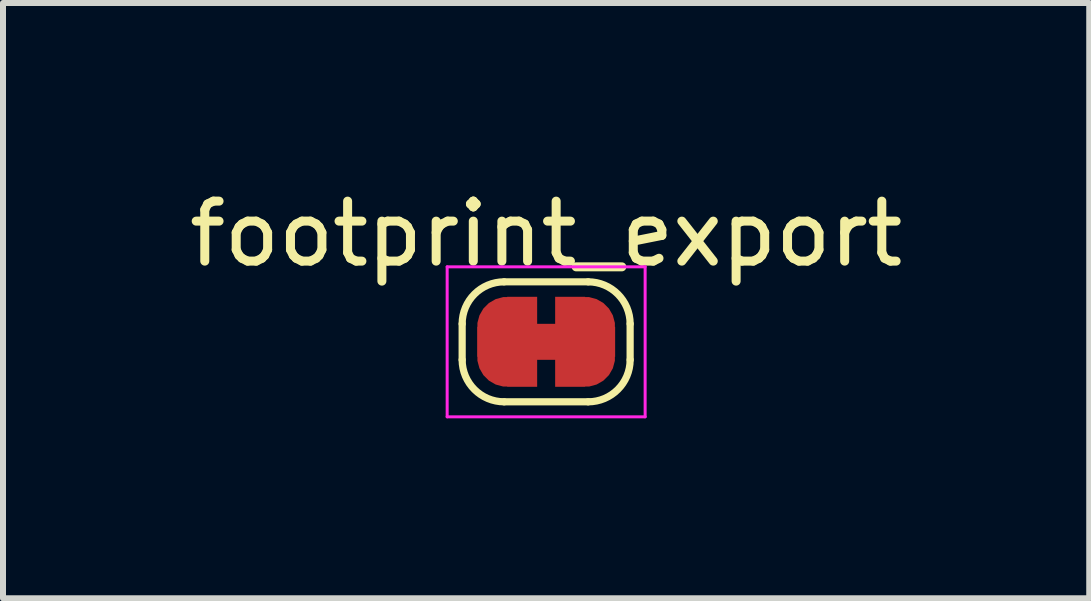
<source format=kicad_pcb>
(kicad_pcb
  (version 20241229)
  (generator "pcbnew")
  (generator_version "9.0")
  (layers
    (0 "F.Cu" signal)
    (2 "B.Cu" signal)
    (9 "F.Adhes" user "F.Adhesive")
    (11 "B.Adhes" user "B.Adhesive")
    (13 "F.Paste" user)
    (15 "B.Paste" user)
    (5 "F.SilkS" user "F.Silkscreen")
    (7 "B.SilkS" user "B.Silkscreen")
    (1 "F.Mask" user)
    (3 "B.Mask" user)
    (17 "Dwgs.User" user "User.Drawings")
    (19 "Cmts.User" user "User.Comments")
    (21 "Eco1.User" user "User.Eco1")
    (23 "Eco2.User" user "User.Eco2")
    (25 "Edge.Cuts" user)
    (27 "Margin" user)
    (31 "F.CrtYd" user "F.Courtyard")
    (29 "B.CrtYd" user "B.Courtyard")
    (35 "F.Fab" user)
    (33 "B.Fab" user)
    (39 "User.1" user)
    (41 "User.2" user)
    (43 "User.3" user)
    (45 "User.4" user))
  (footprint "footprint_export"
    (layer "F.Cu")
    (at 6.054 2.648)
    (property "Reference" "footprint_export" (at 0 -1.8 0) (layer "F.SilkS") (effects (font (size 1 1) (thickness 0.15))))
    (attr exclude_from_pos_files exclude_from_bom)
    (fp_poly (pts (xy 0.25 -0.3) (xy -0.25 -0.3) (xy -0.25 0.3) (xy 0.25 0.3)) (stroke (width 0) (type solid)) (fill yes) (layer "F.Cu"))
    (fp_line (start -1.4 0.3) (end -1.4 -0.3) (stroke (width 0.12) (type solid)) (layer "F.SilkS"))
    (fp_line (start -0.7 -1) (end 0.7 -1) (stroke (width 0.12) (type solid)) (layer "F.SilkS"))
    (fp_line (start 0.7 1) (end -0.7 1) (stroke (width 0.12) (type solid)) (layer "F.SilkS"))
    (fp_line (start 1.4 -0.3) (end 1.4 0.3) (stroke (width 0.12) (type solid)) (layer "F.SilkS"))
    (fp_arc (start -1.4 -0.3) (mid -1.194975 -0.794975) (end -0.7 -1) (stroke (width 0.12) (type solid)) (layer "F.SilkS"))
    (fp_arc (start -0.7 1) (mid -1.194975 0.794975) (end -1.4 0.3) (stroke (width 0.12) (type solid)) (layer "F.SilkS"))
    (fp_arc (start 0.7 -1) (mid 1.194975 -0.794975) (end 1.4 -0.3) (stroke (width 0.12) (type solid)) (layer "F.SilkS"))
    (fp_arc (start 1.4 0.3) (mid 1.194975 0.794975) (end 0.7 1) (stroke (width 0.12) (type solid)) (layer "F.SilkS"))
    (fp_line (start -1.65 -1.25) (end -1.65 1.25) (stroke (width 0.05) (type solid)) (layer "F.CrtYd"))
    (fp_line (start -1.65 -1.25) (end 1.65 -1.25) (stroke (width 0.05) (type solid)) (layer "F.CrtYd"))
    (fp_line (start 1.65 1.25) (end -1.65 1.25) (stroke (width 0.05) (type solid)) (layer "F.CrtYd"))
    (fp_line (start 1.65 1.25) (end 1.65 -1.25) (stroke (width 0.05) (type solid)) (layer "F.CrtYd"))
    (pad "1" smd custom (at -0.65 0) (size 1 0.5) (layers "F.Cu" "F.Mask") (options (anchor rect)) (primitives (gr_circle (center 0 0.25) (end 0.5 0.25) (width 0) (fill yes)) (gr_circle (center 0 -0.25) (end 0.5 -0.25) (width 0) (fill yes)) (gr_poly (pts (xy 0.5 0.75) (xy 0 0.75) (xy 0 -0.75) (xy 0.5 -0.75)) (width 0) (fill yes))))
    (pad "2" smd custom (at 0.65 0) (size 1 0.5) (layers "F.Cu" "F.Mask") (options (anchor rect)) (primitives (gr_circle (center 0 0.25) (end 0.5 0.25) (width 0) (fill yes)) (gr_circle (center 0 -0.25) (end 0.5 -0.25) (width 0) (fill yes)) (gr_poly (pts (xy 0 0.75) (xy -0.5 0.75) (xy -0.5 -0.75) (xy 0 -0.75)) (width 0) (fill yes)))))
  (gr_rect
    (start -3 -3)
    (end 15.107 6.923)
    (stroke (width 0.1) (type default))
    (fill no)
    (layer "Edge.Cuts")))
</source>
